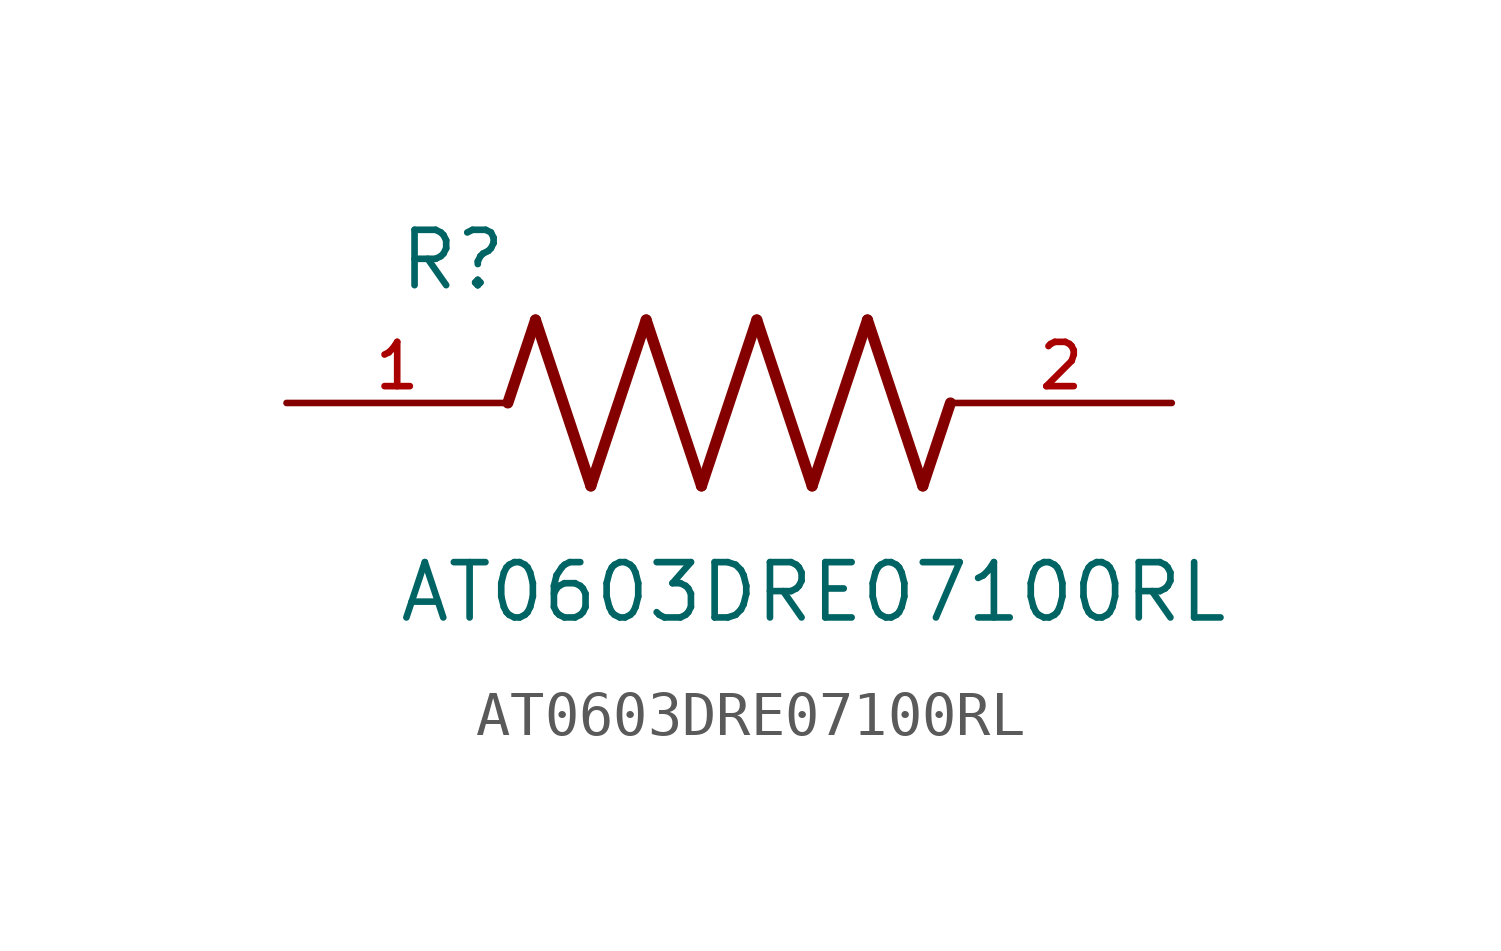
<source format=kicad_sym>
(kicad_symbol_lib
  (version 20211014)
  (generator kicad_symbol_editor)
  (symbol "AT0603DRE07100RL"
    (pin_names
      (offset 1.016))
    (property "Reference" "R"
      (at -7.624 2.541 0)
      (effects (font (size 1.27 1.27)) (justify bottom left)))
    (property "Value" "AT0603DRE07100RL"
      (at -7.63 -5.087 0)
      (effects (font (size 1.27 1.27)) (justify bottom left)))
    (symbol "AT0603DRE07100RL_0_0"
      (polyline (pts (xy -5.08 0.0) (xy -4.445 1.905)) (stroke (width 0.254)))
      (polyline (pts (xy -4.445 1.905) (xy -3.175 -1.905)) (stroke (width 0.254)))
      (polyline (pts (xy -3.175 -1.905) (xy -1.905 1.905)) (stroke (width 0.254)))
      (polyline (pts (xy -1.905 1.905) (xy -0.635 -1.905)) (stroke (width 0.254)))
      (polyline (pts (xy -0.635 -1.905) (xy 0.635 1.905)) (stroke (width 0.254)))
      (polyline (pts (xy 0.635 1.905) (xy 1.905 -1.905)) (stroke (width 0.254)))
      (polyline (pts (xy 1.905 -1.905) (xy 3.175 1.905)) (stroke (width 0.254)))
      (polyline (pts (xy 3.175 1.905) (xy 4.445 -1.905)) (stroke (width 0.254)))
      (polyline (pts (xy 4.445 -1.905) (xy 5.08 0.0)) (stroke (width 0.254)))
      (pin passive line (at -10.16 0.0 0) (length 5.08) (name "~" (effects (font (size 1.016 1.016)))) (number "1" (effects (font (size 1.016 1.016)))))
      (pin passive line (at 10.16 0.0 180.0) (length 5.08) (name "~" (effects (font (size 1.016 1.016)))) (number "2" (effects (font (size 1.016 1.016))))))))
</source>
